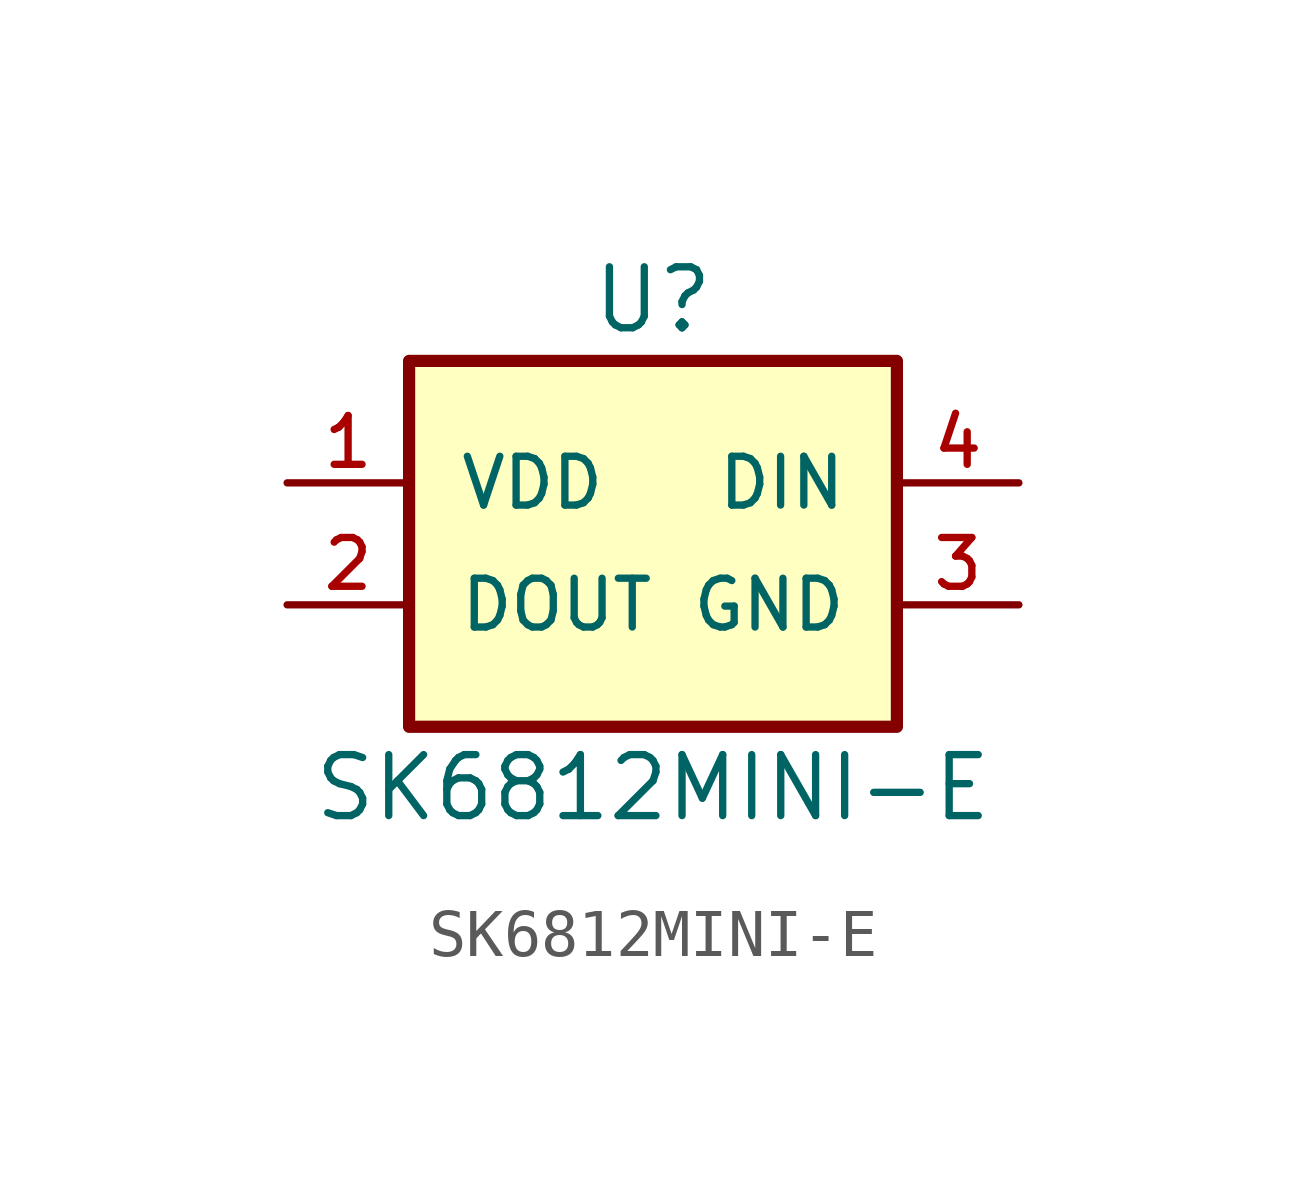
<source format=kicad_sym>
(kicad_symbol_lib
  (version 20220914)
  (generator kicad_symbol_editor)
  (symbol "SK6812MINI-E"
    (pin_names
      (offset 1.016))
    (property "Reference" "U"
      (at 0 5.08 0)
      (effects (font (size 1.27 1.27))))
    (property "Value" "SK6812MINI-E"
      (at 0 -5.08 0)
      (effects (font (size 1.27 1.27))))
    (symbol "SK6812MINI-E_0_0"
      (rectangle (start -5.08 3.81) (end 5.08 -3.81) (stroke (width 0.254) (type default)) (fill (type background))))
    (symbol "SK6812MINI-E_1_0"
      (pin power_in line (at -7.62 1.27 0) (length 2.54) (name "VDD" (effects (font (size 1.016 1.016)))) (number "1" (effects (font (size 1.016 1.016)))))
      (pin output line (at -7.62 -1.27 0) (length 2.54) (name "DOUT" (effects (font (size 1.016 1.016)))) (number "2" (effects (font (size 1.016 1.016)))))
      (pin bidirectional line (at 7.62 -1.27 180) (length 2.54) (name "GND" (effects (font (size 1.016 1.016)))) (number "3" (effects (font (size 1.016 1.016)))))
      (pin power_in line (at 7.62 1.27 180) (length 2.54) (name "DIN" (effects (font (size 1.016 1.016)))) (number "4" (effects (font (size 1.016 1.016))))))))
</source>
